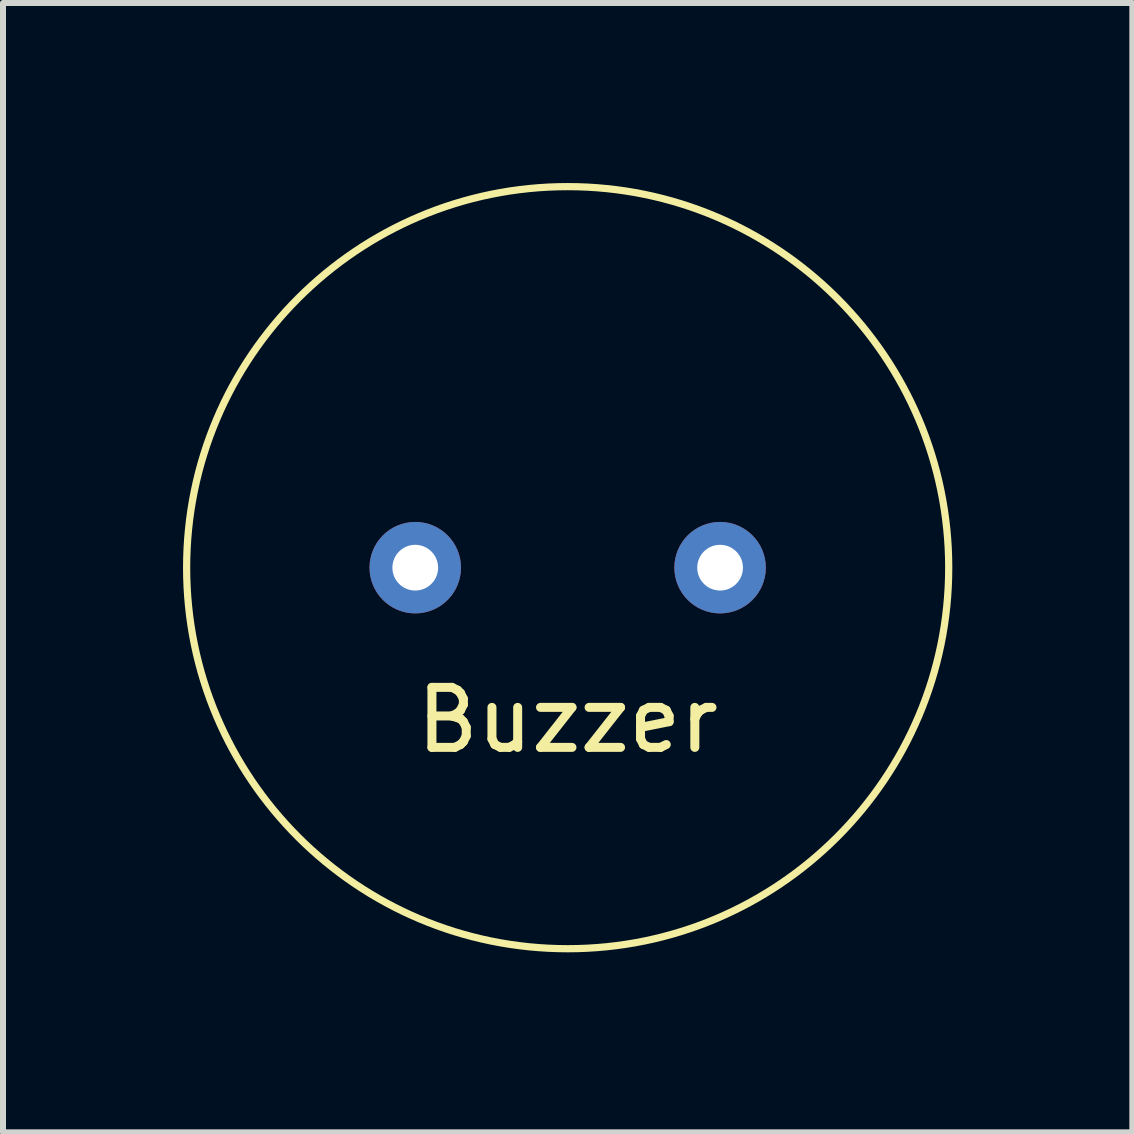
<source format=kicad_pcb>
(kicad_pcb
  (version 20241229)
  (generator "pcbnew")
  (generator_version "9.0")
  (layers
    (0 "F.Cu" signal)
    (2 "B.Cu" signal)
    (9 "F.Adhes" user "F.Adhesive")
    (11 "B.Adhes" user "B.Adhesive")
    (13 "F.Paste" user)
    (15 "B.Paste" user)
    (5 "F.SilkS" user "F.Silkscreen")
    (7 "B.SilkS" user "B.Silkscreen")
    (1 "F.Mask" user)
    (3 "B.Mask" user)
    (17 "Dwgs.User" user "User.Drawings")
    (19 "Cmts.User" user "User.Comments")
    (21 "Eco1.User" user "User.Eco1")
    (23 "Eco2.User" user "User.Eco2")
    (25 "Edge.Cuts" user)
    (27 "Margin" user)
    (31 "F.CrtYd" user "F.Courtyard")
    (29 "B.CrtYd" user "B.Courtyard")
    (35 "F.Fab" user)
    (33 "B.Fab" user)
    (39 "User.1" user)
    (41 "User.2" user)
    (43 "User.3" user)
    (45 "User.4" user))
  (footprint "Buzzer"
    (layer "F.Cu")
    (at 6.41 6.41)
    (property "Reference" "Buzzer" (at 0 2.54 0) (layer "F.SilkS") (effects (font (size 1 1) (thickness 0.15))))
    (attr through_hole)
    (fp_circle (center 0 0) (end 5.08 3.81) (stroke (width 0.12) (type solid)) (fill no) (layer "F.SilkS"))
    (pad "1" thru_hole circle (at -2.54 0) (size 1.524 1.524) (drill 0.762) (layers "*.Cu" "*.Mask"))
    (pad "2" thru_hole circle (at 2.54 0) (size 1.524 1.524) (drill 0.762) (layers "*.Cu" "*.Mask")))
  (gr_rect
    (start -3 -3)
    (end 15.82 15.82)
    (stroke (width 0.1) (type default))
    (fill no)
    (layer "Edge.Cuts")))
</source>
